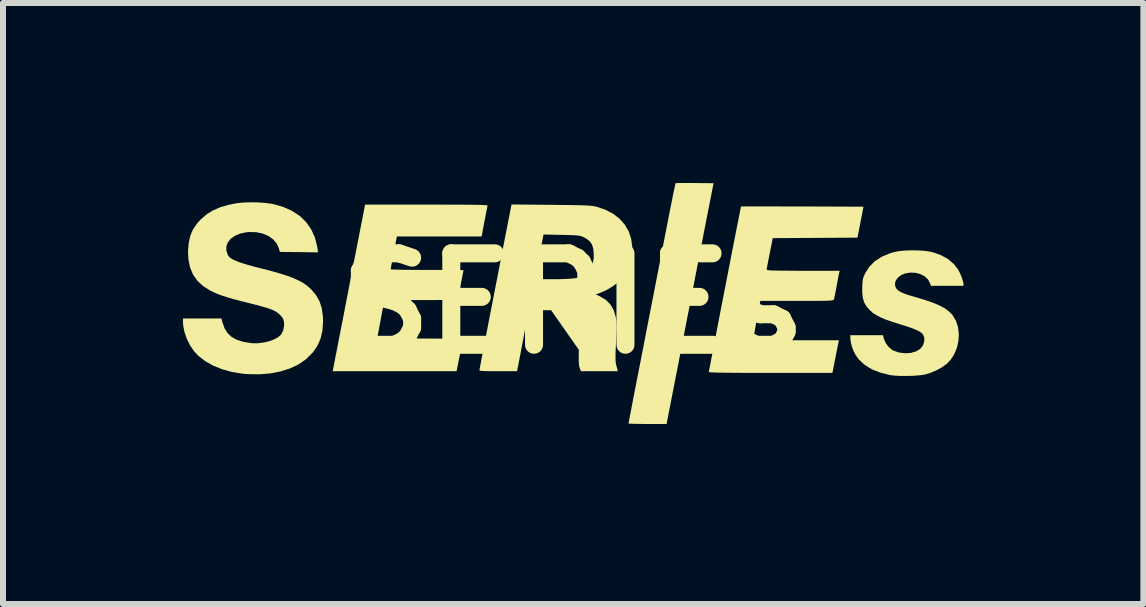
<source format=kicad_pcb>
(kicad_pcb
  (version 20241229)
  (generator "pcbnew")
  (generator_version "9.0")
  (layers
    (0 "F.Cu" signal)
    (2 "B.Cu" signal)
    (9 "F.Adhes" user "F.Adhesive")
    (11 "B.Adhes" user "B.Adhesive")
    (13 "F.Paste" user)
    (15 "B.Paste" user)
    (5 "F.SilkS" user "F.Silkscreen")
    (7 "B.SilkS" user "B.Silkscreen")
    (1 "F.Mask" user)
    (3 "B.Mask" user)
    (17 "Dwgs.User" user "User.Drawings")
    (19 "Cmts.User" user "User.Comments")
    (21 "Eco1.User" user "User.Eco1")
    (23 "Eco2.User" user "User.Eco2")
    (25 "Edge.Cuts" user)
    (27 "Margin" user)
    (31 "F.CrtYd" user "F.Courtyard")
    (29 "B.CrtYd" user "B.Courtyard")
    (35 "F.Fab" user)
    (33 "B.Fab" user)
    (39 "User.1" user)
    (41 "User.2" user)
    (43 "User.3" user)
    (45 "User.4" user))
  (footprint "SERIEs"
    (layer "F.Cu")
    (at 6.504 2.007)
    (property "Reference" "SERIEs" (at 0 0 0) (layer "F.SilkS") (effects (font (size 1.524 1.524) (thickness 0.3))))
    (attr board_only exclude_from_pos_files exclude_from_bom)
    (fp_poly (pts (xy 1.98 -2.007) (xy 2.026 -2.006) (xy 2.339 -2.003) (xy 2.246 -1.528) (xy 2.23 -1.449) (xy 2.21 -1.345) (xy 2.185 -1.218) (xy 2.157 -1.072) (xy 2.125 -0.908) (xy 2.09 -0.73) (xy 2.053 -0.539) (xy 2.014 -0.339) (xy 1.974 -0.131) (xy 1.932 0.081) (xy 1.89 0.295) (xy 1.855 0.478) (xy 1.556 2.01) (xy 1.239 2.01) (xy 1.148 2.009) (xy 1.067 2.008) (xy 1.001 2.007) (xy 0.952 2.005) (xy 0.925 2.003) (xy 0.921 2.002) (xy 0.924 1.988) (xy 0.932 1.946) (xy 0.945 1.877) (xy 0.963 1.783) (xy 0.986 1.663) (xy 1.014 1.518) (xy 1.047 1.348) (xy 1.085 1.154) (xy 1.128 0.935) (xy 1.175 0.694) (xy 1.226 0.429) (xy 1.282 0.142) (xy 1.343 -0.168) (xy 1.407 -0.499) (xy 1.476 -0.852) (xy 1.549 -1.225) (xy 1.575 -1.358) (xy 1.6 -1.488) (xy 1.624 -1.609) (xy 1.646 -1.719) (xy 1.665 -1.815) (xy 1.682 -1.894) (xy 1.694 -1.953) (xy 1.703 -1.991) (xy 1.706 -2.004) (xy 1.721 -2.005) (xy 1.76 -2.007) (xy 1.819 -2.007) (xy 1.894 -2.007)) (stroke (width 0) (type solid)) (fill yes) (layer "F.SilkS"))
    (fp_poly (pts (xy -2.244 -1.647) (xy -2.07 -1.646) (xy -1.921 -1.646) (xy -1.795 -1.645) (xy -1.69 -1.644) (xy -1.605 -1.643) (xy -1.539 -1.641) (xy -1.49 -1.639) (xy -1.456 -1.637) (xy -1.435 -1.634) (xy -1.427 -1.631) (xy -1.427 -1.629) (xy -1.431 -1.611) (xy -1.44 -1.569) (xy -1.452 -1.51) (xy -1.466 -1.437) (xy -1.48 -1.364) (xy -1.526 -1.116) (xy -2.939 -1.116) (xy -2.991 -0.848) (xy -3.007 -0.765) (xy -3.021 -0.691) (xy -3.032 -0.631) (xy -3.04 -0.589) (xy -3.043 -0.569) (xy -3.043 -0.569) (xy -3.029 -0.567) (xy -2.991 -0.564) (xy -2.93 -0.563) (xy -2.849 -0.561) (xy -2.753 -0.56) (xy -2.642 -0.559) (xy -2.52 -0.558) (xy -2.435 -0.558) (xy -2.308 -0.558) (xy -2.19 -0.558) (xy -2.084 -0.557) (xy -1.992 -0.557) (xy -1.918 -0.556) (xy -1.865 -0.555) (xy -1.834 -0.554) (xy -1.828 -0.554) (xy -1.831 -0.539) (xy -1.838 -0.502) (xy -1.849 -0.446) (xy -1.863 -0.376) (xy -1.877 -0.307) (xy -1.893 -0.229) (xy -1.906 -0.16) (xy -1.917 -0.107) (xy -1.924 -0.072) (xy -1.926 -0.06) (xy -1.939 -0.059) (xy -1.978 -0.059) (xy -2.039 -0.058) (xy -2.119 -0.057) (xy -2.216 -0.057) (xy -2.327 -0.056) (xy -2.448 -0.056) (xy -2.537 -0.056) (xy -3.147 -0.056) (xy -3.201 0.227) (xy -3.217 0.315) (xy -3.232 0.395) (xy -3.245 0.463) (xy -3.255 0.515) (xy -3.261 0.545) (xy -3.262 0.548) (xy -3.269 0.586) (xy -2.556 0.586) (xy -2.39 0.586) (xy -2.25 0.587) (xy -2.134 0.588) (xy -2.041 0.589) (xy -1.968 0.59) (xy -1.913 0.592) (xy -1.876 0.595) (xy -1.853 0.598) (xy -1.843 0.602) (xy -1.842 0.604) (xy -1.845 0.622) (xy -1.852 0.664) (xy -1.863 0.723) (xy -1.877 0.796) (xy -1.893 0.876) (xy -1.944 1.13) (xy -4.009 1.13) (xy -4.001 1.092) (xy -3.998 1.073) (xy -3.989 1.029) (xy -3.976 0.961) (xy -3.959 0.871) (xy -3.937 0.762) (xy -3.913 0.635) (xy -3.885 0.492) (xy -3.854 0.335) (xy -3.821 0.166) (xy -3.787 -0.013) (xy -3.75 -0.201) (xy -3.732 -0.297) (xy -3.469 -1.647) (xy -2.445 -1.647)) (stroke (width 0) (type solid)) (fill yes) (layer "F.SilkS"))
    (fp_poly (pts (xy 3.224 -1.617) (xy 3.359 -1.617) (xy 3.508 -1.616) (xy 3.666 -1.616) (xy 3.819 -1.616) (xy 4.838 -1.612) (xy 4.788 -1.354) (xy 4.738 -1.096) (xy 3.326 -1.088) (xy 3.275 -0.834) (xy 3.259 -0.752) (xy 3.245 -0.68) (xy 3.234 -0.621) (xy 3.226 -0.58) (xy 3.224 -0.562) (xy 3.229 -0.557) (xy 3.248 -0.554) (xy 3.28 -0.551) (xy 3.33 -0.548) (xy 3.398 -0.547) (xy 3.486 -0.546) (xy 3.597 -0.545) (xy 3.733 -0.544) (xy 3.832 -0.544) (xy 4.441 -0.544) (xy 4.434 -0.513) (xy 4.428 -0.488) (xy 4.419 -0.442) (xy 4.407 -0.38) (xy 4.394 -0.309) (xy 4.39 -0.286) (xy 4.376 -0.214) (xy 4.363 -0.15) (xy 4.353 -0.1) (xy 4.347 -0.071) (xy 4.346 -0.066) (xy 4.342 -0.06) (xy 4.335 -0.056) (xy 4.321 -0.052) (xy 4.297 -0.049) (xy 4.262 -0.046) (xy 4.213 -0.044) (xy 4.147 -0.043) (xy 4.062 -0.042) (xy 3.956 -0.042) (xy 3.826 -0.042) (xy 3.729 -0.042) (xy 3.119 -0.042) (xy 3.059 0.276) (xy 3.042 0.366) (xy 3.027 0.448) (xy 3.015 0.516) (xy 3.006 0.567) (xy 3.001 0.597) (xy 3 0.604) (xy 3.014 0.606) (xy 3.053 0.608) (xy 3.114 0.609) (xy 3.196 0.611) (xy 3.295 0.612) (xy 3.409 0.613) (xy 3.535 0.614) (xy 3.671 0.614) (xy 3.714 0.614) (xy 4.428 0.614) (xy 4.42 0.652) (xy 4.415 0.679) (xy 4.405 0.727) (xy 4.393 0.791) (xy 4.378 0.867) (xy 4.366 0.925) (xy 4.32 1.158) (xy 3.291 1.158) (xy 3.084 1.158) (xy 2.904 1.158) (xy 2.75 1.157) (xy 2.619 1.156) (xy 2.511 1.155) (xy 2.424 1.154) (xy 2.357 1.152) (xy 2.309 1.15) (xy 2.278 1.147) (xy 2.263 1.144) (xy 2.261 1.142) (xy 2.263 1.126) (xy 2.271 1.086) (xy 2.283 1.022) (xy 2.299 0.938) (xy 2.319 0.836) (xy 2.341 0.717) (xy 2.367 0.585) (xy 2.395 0.441) (xy 2.424 0.288) (xy 2.455 0.128) (xy 2.487 -0.038) (xy 2.52 -0.206) (xy 2.553 -0.374) (xy 2.585 -0.54) (xy 2.617 -0.703) (xy 2.647 -0.859) (xy 2.676 -1.006) (xy 2.703 -1.143) (xy 2.727 -1.267) (xy 2.749 -1.376) (xy 2.767 -1.467) (xy 2.781 -1.538) (xy 2.791 -1.587) (xy 2.796 -1.613) (xy 2.797 -1.616) (xy 2.811 -1.616) (xy 2.851 -1.616) (xy 2.915 -1.617) (xy 2.999 -1.617) (xy 3.103 -1.617)) (stroke (width 0) (type solid)) (fill yes) (layer "F.SilkS"))
    (fp_poly (pts (xy 5.755 -0.883) (xy 5.863 -0.875) (xy 5.957 -0.861) (xy 5.989 -0.854) (xy 6.128 -0.805) (xy 6.246 -0.74) (xy 6.343 -0.657) (xy 6.405 -0.579) (xy 6.434 -0.529) (xy 6.462 -0.469) (xy 6.485 -0.408) (xy 6.5 -0.355) (xy 6.504 -0.327) (xy 6.504 -0.293) (xy 5.961 -0.293) (xy 5.946 -0.341) (xy 5.911 -0.403) (xy 5.856 -0.453) (xy 5.786 -0.489) (xy 5.706 -0.51) (xy 5.62 -0.514) (xy 5.536 -0.5) (xy 5.473 -0.476) (xy 5.417 -0.436) (xy 5.379 -0.387) (xy 5.362 -0.333) (xy 5.369 -0.28) (xy 5.387 -0.247) (xy 5.41 -0.222) (xy 5.441 -0.2) (xy 5.482 -0.179) (xy 5.537 -0.156) (xy 5.612 -0.132) (xy 5.709 -0.103) (xy 5.728 -0.098) (xy 5.876 -0.053) (xy 6 -0.01) (xy 6.102 0.033) (xy 6.185 0.077) (xy 6.252 0.125) (xy 6.306 0.176) (xy 6.324 0.198) (xy 6.379 0.289) (xy 6.413 0.393) (xy 6.427 0.505) (xy 6.421 0.621) (xy 6.397 0.734) (xy 6.353 0.842) (xy 6.292 0.938) (xy 6.235 0.999) (xy 6.156 1.058) (xy 6.059 1.113) (xy 5.952 1.158) (xy 5.882 1.18) (xy 5.822 1.192) (xy 5.742 1.201) (xy 5.648 1.207) (xy 5.549 1.209) (xy 5.451 1.209) (xy 5.363 1.204) (xy 5.292 1.196) (xy 5.28 1.194) (xy 5.118 1.154) (xy 4.978 1.098) (xy 4.861 1.027) (xy 4.766 0.94) (xy 4.709 0.863) (xy 4.674 0.797) (xy 4.645 0.72) (xy 4.626 0.644) (xy 4.619 0.585) (xy 4.619 0.53) (xy 5.163 0.53) (xy 5.179 0.592) (xy 5.207 0.658) (xy 5.253 0.721) (xy 5.31 0.771) (xy 5.338 0.787) (xy 5.427 0.818) (xy 5.527 0.831) (xy 5.624 0.826) (xy 5.632 0.824) (xy 5.72 0.798) (xy 5.786 0.756) (xy 5.83 0.699) (xy 5.851 0.63) (xy 5.852 0.604) (xy 5.849 0.565) (xy 5.837 0.531) (xy 5.815 0.5) (xy 5.778 0.472) (xy 5.725 0.445) (xy 5.653 0.415) (xy 5.559 0.383) (xy 5.449 0.349) (xy 5.317 0.307) (xy 5.209 0.269) (xy 5.122 0.232) (xy 5.051 0.195) (xy 4.993 0.157) (xy 4.945 0.115) (xy 4.942 0.112) (xy 4.887 0.049) (xy 4.849 -0.017) (xy 4.827 -0.092) (xy 4.817 -0.181) (xy 4.817 -0.266) (xy 4.82 -0.335) (xy 4.825 -0.386) (xy 4.834 -0.427) (xy 4.849 -0.466) (xy 4.868 -0.505) (xy 4.935 -0.611) (xy 5.025 -0.701) (xy 5.137 -0.775) (xy 5.272 -0.833) (xy 5.342 -0.854) (xy 5.426 -0.871) (xy 5.528 -0.881) (xy 5.64 -0.885)) (stroke (width 0) (type solid)) (fill yes) (layer "F.SilkS"))
    (fp_poly (pts (xy -5.248 -1.683) (xy -5.126 -1.674) (xy -5.018 -1.659) (xy -4.999 -1.655) (xy -4.832 -1.607) (xy -4.684 -1.541) (xy -4.558 -1.458) (xy -4.452 -1.356) (xy -4.369 -1.238) (xy -4.307 -1.102) (xy -4.268 -0.951) (xy -4.263 -0.917) (xy -4.253 -0.851) (xy -4.571 -0.855) (xy -4.889 -0.858) (xy -4.907 -0.922) (xy -4.945 -1.003) (xy -5.005 -1.071) (xy -5.084 -1.126) (xy -5.178 -1.165) (xy -5.285 -1.187) (xy -5.4 -1.19) (xy -5.454 -1.185) (xy -5.557 -1.162) (xy -5.643 -1.124) (xy -5.71 -1.076) (xy -5.757 -1.018) (xy -5.781 -0.953) (xy -5.782 -0.883) (xy -5.758 -0.811) (xy -5.744 -0.788) (xy -5.72 -0.762) (xy -5.68 -0.736) (xy -5.623 -0.709) (xy -5.547 -0.68) (xy -5.45 -0.65) (xy -5.329 -0.616) (xy -5.192 -0.581) (xy -5.025 -0.538) (xy -4.883 -0.497) (xy -4.762 -0.459) (xy -4.66 -0.42) (xy -4.574 -0.381) (xy -4.5 -0.34) (xy -4.436 -0.295) (xy -4.379 -0.245) (xy -4.362 -0.228) (xy -4.284 -0.135) (xy -4.227 -0.032) (xy -4.19 0.084) (xy -4.172 0.216) (xy -4.169 0.3) (xy -4.18 0.452) (xy -4.211 0.588) (xy -4.265 0.709) (xy -4.343 0.82) (xy -4.445 0.922) (xy -4.461 0.936) (xy -4.582 1.019) (xy -4.724 1.085) (xy -4.883 1.135) (xy -5.057 1.168) (xy -5.242 1.182) (xy -5.438 1.178) (xy -5.515 1.171) (xy -5.688 1.143) (xy -5.85 1.098) (xy -6 1.038) (xy -6.133 0.963) (xy -6.246 0.875) (xy -6.323 0.793) (xy -6.387 0.698) (xy -6.44 0.59) (xy -6.479 0.479) (xy -6.5 0.372) (xy -6.504 0.318) (xy -6.504 0.251) (xy -5.863 0.251) (xy -5.848 0.311) (xy -5.813 0.411) (xy -5.763 0.493) (xy -5.696 0.557) (xy -5.609 0.606) (xy -5.501 0.64) (xy -5.369 0.662) (xy -5.359 0.663) (xy -5.267 0.665) (xy -5.171 0.654) (xy -5.077 0.633) (xy -4.992 0.603) (xy -4.922 0.565) (xy -4.873 0.523) (xy -4.871 0.521) (xy -4.834 0.451) (xy -4.818 0.37) (xy -4.821 0.312) (xy -4.832 0.266) (xy -4.853 0.228) (xy -4.89 0.188) (xy -4.892 0.186) (xy -4.921 0.161) (xy -4.953 0.138) (xy -4.992 0.117) (xy -5.042 0.097) (xy -5.104 0.075) (xy -5.184 0.052) (xy -5.284 0.025) (xy -5.407 -0.006) (xy -5.415 -0.008) (xy -5.553 -0.043) (xy -5.668 -0.073) (xy -5.763 -0.101) (xy -5.844 -0.127) (xy -5.913 -0.152) (xy -5.976 -0.178) (xy -6.035 -0.207) (xy -6.049 -0.214) (xy -6.168 -0.288) (xy -6.263 -0.376) (xy -6.336 -0.479) (xy -6.386 -0.598) (xy -6.413 -0.733) (xy -6.42 -0.851) (xy -6.411 -0.994) (xy -6.385 -1.119) (xy -6.34 -1.229) (xy -6.273 -1.329) (xy -6.214 -1.394) (xy -6.116 -1.48) (xy -6.008 -1.548) (xy -5.886 -1.602) (xy -5.746 -1.643) (xy -5.607 -1.67) (xy -5.499 -1.681) (xy -5.376 -1.685)) (stroke (width 0) (type solid)) (fill yes) (layer "F.SilkS"))
    (fp_poly (pts (xy -0.371 -1.643) (xy -0.214 -1.641) (xy -0.082 -1.64) (xy 0.028 -1.638) (xy 0.117 -1.636) (xy 0.189 -1.633) (xy 0.247 -1.631) (xy 0.293 -1.627) (xy 0.33 -1.623) (xy 0.36 -1.618) (xy 0.384 -1.613) (xy 0.531 -1.564) (xy 0.661 -1.497) (xy 0.77 -1.413) (xy 0.858 -1.314) (xy 0.924 -1.202) (xy 0.966 -1.078) (xy 0.984 -0.943) (xy 0.977 -0.808) (xy 0.951 -0.678) (xy 0.911 -0.567) (xy 0.853 -0.469) (xy 0.776 -0.379) (xy 0.753 -0.357) (xy 0.664 -0.288) (xy 0.56 -0.225) (xy 0.453 -0.177) (xy 0.428 -0.168) (xy 0.375 -0.151) (xy 0.449 -0.116) (xy 0.545 -0.058) (xy 0.621 0.019) (xy 0.676 0.115) (xy 0.71 0.231) (xy 0.713 0.245) (xy 0.719 0.288) (xy 0.722 0.338) (xy 0.723 0.401) (xy 0.721 0.48) (xy 0.717 0.581) (xy 0.714 0.648) (xy 0.708 0.765) (xy 0.705 0.857) (xy 0.705 0.927) (xy 0.707 0.976) (xy 0.712 1.009) (xy 0.713 1.012) (xy 0.724 1.056) (xy 0.734 1.093) (xy 0.735 1.099) (xy 0.743 1.13) (xy 0.129 1.13) (xy 0.11 1.085) (xy 0.101 1.055) (xy 0.095 1.012) (xy 0.092 0.954) (xy 0.092 0.877) (xy 0.094 0.779) (xy 0.099 0.657) (xy 0.103 0.586) (xy 0.107 0.48) (xy 0.108 0.398) (xy 0.104 0.334) (xy 0.095 0.284) (xy 0.079 0.243) (xy 0.055 0.208) (xy 0.023 0.173) (xy 0.023 0.173) (xy -0.02 0.137) (xy -0.066 0.108) (xy -0.091 0.097) (xy -0.126 0.091) (xy -0.185 0.085) (xy -0.265 0.08) (xy -0.362 0.076) (xy -0.44 0.074) (xy -0.733 0.067) (xy -0.822 0.54) (xy -0.844 0.653) (xy -0.865 0.761) (xy -0.883 0.858) (xy -0.899 0.942) (xy -0.912 1.008) (xy -0.921 1.054) (xy -0.925 1.071) (xy -0.937 1.13) (xy -1.25 1.13) (xy -1.359 1.13) (xy -1.442 1.129) (xy -1.502 1.126) (xy -1.54 1.123) (xy -1.56 1.118) (xy -1.563 1.114) (xy -1.561 1.1) (xy -1.554 1.062) (xy -1.542 1) (xy -1.526 0.915) (xy -1.505 0.805) (xy -1.479 0.67) (xy -1.448 0.51) (xy -1.413 0.326) (xy -1.372 0.116) (xy -1.326 -0.12) (xy -1.275 -0.383) (xy -1.267 -0.422) (xy -0.638 -0.422) (xy -0.628 -0.416) (xy -0.594 -0.411) (xy -0.541 -0.407) (xy -0.473 -0.404) (xy -0.395 -0.403) (xy -0.311 -0.403) (xy -0.225 -0.404) (xy -0.142 -0.407) (xy -0.066 -0.411) (xy -0.002 -0.416) (xy 0.046 -0.422) (xy 0.067 -0.426) (xy 0.161 -0.468) (xy 0.238 -0.532) (xy 0.298 -0.617) (xy 0.3 -0.621) (xy 0.322 -0.668) (xy 0.335 -0.709) (xy 0.341 -0.756) (xy 0.342 -0.815) (xy 0.335 -0.908) (xy 0.313 -0.981) (xy 0.273 -1.038) (xy 0.213 -1.083) (xy 0.187 -1.097) (xy 0.16 -1.11) (xy 0.135 -1.119) (xy 0.109 -1.126) (xy 0.075 -1.132) (xy 0.031 -1.135) (xy -0.028 -1.138) (xy -0.107 -1.14) (xy -0.194 -1.142) (xy -0.495 -1.148) (xy -0.564 -0.794) (xy -0.582 -0.697) (xy -0.6 -0.609) (xy -0.615 -0.534) (xy -0.627 -0.475) (xy -0.635 -0.436) (xy -0.638 -0.422) (xy -1.267 -0.422) (xy -1.219 -0.671) (xy -1.158 -0.986) (xy -1.091 -1.328) (xy -1.051 -1.533) (xy -1.028 -1.649)) (stroke (width 0) (type solid)) (fill yes) (layer "F.SilkS")))
  (gr_rect
    (start -3 -3)
    (end 16.007 7.017)
    (stroke (width 0.1) (type default))
    (fill no)
    (layer "Edge.Cuts")))
</source>
